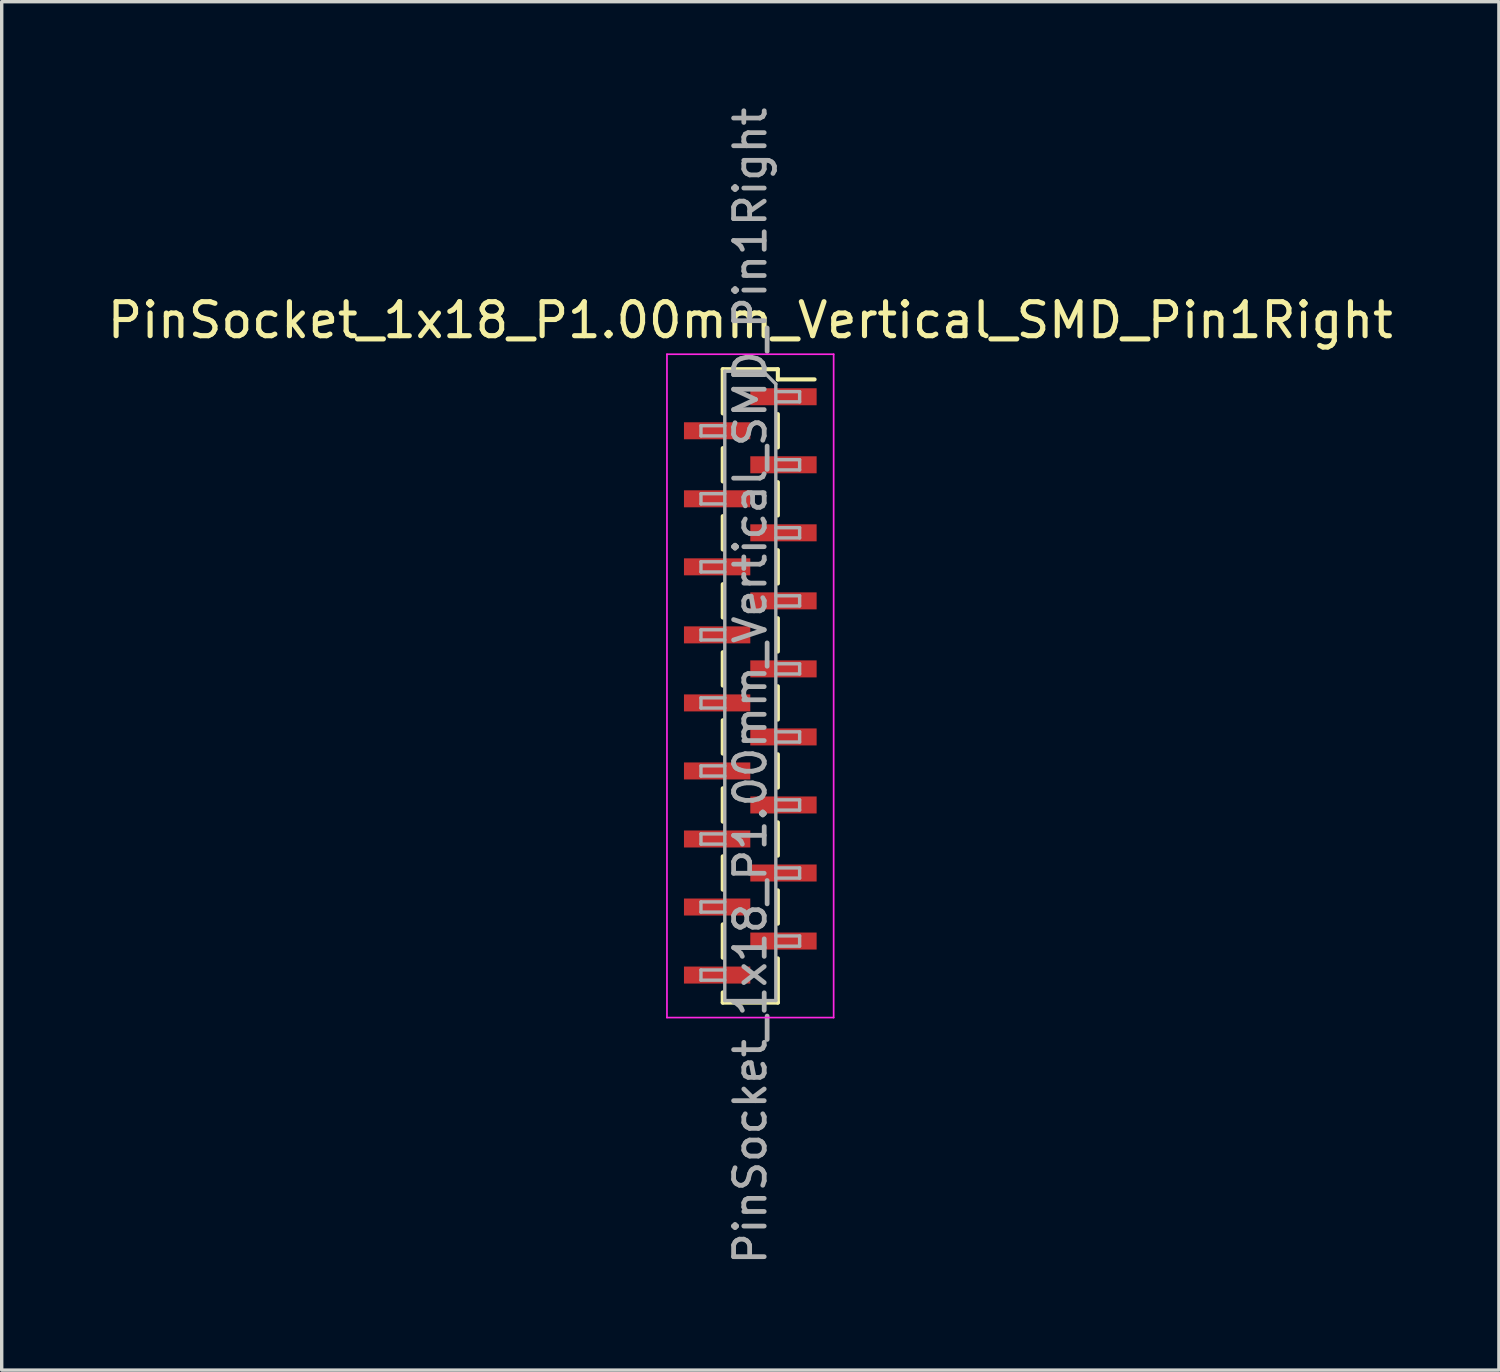
<source format=kicad_pcb>
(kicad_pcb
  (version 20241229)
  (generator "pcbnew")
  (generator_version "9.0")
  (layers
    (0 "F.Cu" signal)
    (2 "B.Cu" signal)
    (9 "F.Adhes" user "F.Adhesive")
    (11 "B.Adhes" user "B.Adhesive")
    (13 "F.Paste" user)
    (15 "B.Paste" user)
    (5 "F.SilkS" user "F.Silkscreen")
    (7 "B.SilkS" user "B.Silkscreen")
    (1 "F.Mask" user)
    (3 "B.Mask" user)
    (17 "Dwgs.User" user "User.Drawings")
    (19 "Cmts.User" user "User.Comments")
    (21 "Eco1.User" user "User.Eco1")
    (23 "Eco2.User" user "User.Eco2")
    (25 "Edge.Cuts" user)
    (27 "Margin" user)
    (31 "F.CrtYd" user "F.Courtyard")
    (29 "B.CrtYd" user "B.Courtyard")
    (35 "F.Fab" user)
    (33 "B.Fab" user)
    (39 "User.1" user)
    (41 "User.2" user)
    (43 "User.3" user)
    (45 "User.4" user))
  (footprint "PinSocket_1x18_P1.00mm_Vertical_SMD_Pin1Right"
    (layer "F.Cu")
    (at 19.006 17.113)
    (property "Reference" "PinSocket_1x18_P1.00mm_Vertical_SMD_Pin1Right" (at 0 -10.75 0) (layer "F.SilkS") (effects (font (size 1 1) (thickness 0.15))))
    (attr smd)
    (fp_line (start -0.81 -9.31) (end -0.81 -8.01) (stroke (width 0.12) (type solid)) (layer "F.SilkS"))
    (fp_line (start -0.81 -9.31) (end 0.81 -9.31) (stroke (width 0.12) (type solid)) (layer "F.SilkS"))
    (fp_line (start -0.81 -6.99) (end -0.81 -6.01) (stroke (width 0.12) (type solid)) (layer "F.SilkS"))
    (fp_line (start -0.81 -4.99) (end -0.81 -4.01) (stroke (width 0.12) (type solid)) (layer "F.SilkS"))
    (fp_line (start -0.81 -2.99) (end -0.81 -2.01) (stroke (width 0.12) (type solid)) (layer "F.SilkS"))
    (fp_line (start -0.81 -0.99) (end -0.81 -0.01) (stroke (width 0.12) (type solid)) (layer "F.SilkS"))
    (fp_line (start -0.81 1.01) (end -0.81 1.99) (stroke (width 0.12) (type solid)) (layer "F.SilkS"))
    (fp_line (start -0.81 3.01) (end -0.81 3.99) (stroke (width 0.12) (type solid)) (layer "F.SilkS"))
    (fp_line (start -0.81 5.01) (end -0.81 5.99) (stroke (width 0.12) (type solid)) (layer "F.SilkS"))
    (fp_line (start -0.81 7.01) (end -0.81 7.99) (stroke (width 0.12) (type solid)) (layer "F.SilkS"))
    (fp_line (start -0.81 9.01) (end -0.81 9.31) (stroke (width 0.12) (type solid)) (layer "F.SilkS"))
    (fp_line (start -0.81 9.31) (end 0.81 9.31) (stroke (width 0.12) (type solid)) (layer "F.SilkS"))
    (fp_line (start 0.81 -9.31) (end 0.81 -9.01) (stroke (width 0.12) (type solid)) (layer "F.SilkS"))
    (fp_line (start 0.81 -9.01) (end 1.89 -9.01) (stroke (width 0.12) (type solid)) (layer "F.SilkS"))
    (fp_line (start 0.81 -7.99) (end 0.81 -7.01) (stroke (width 0.12) (type solid)) (layer "F.SilkS"))
    (fp_line (start 0.81 -5.99) (end 0.81 -5.01) (stroke (width 0.12) (type solid)) (layer "F.SilkS"))
    (fp_line (start 0.81 -3.99) (end 0.81 -3.01) (stroke (width 0.12) (type solid)) (layer "F.SilkS"))
    (fp_line (start 0.81 -1.99) (end 0.81 -1.01) (stroke (width 0.12) (type solid)) (layer "F.SilkS"))
    (fp_line (start 0.81 0.01) (end 0.81 0.99) (stroke (width 0.12) (type solid)) (layer "F.SilkS"))
    (fp_line (start 0.81 2.01) (end 0.81 2.99) (stroke (width 0.12) (type solid)) (layer "F.SilkS"))
    (fp_line (start 0.81 4.01) (end 0.81 4.99) (stroke (width 0.12) (type solid)) (layer "F.SilkS"))
    (fp_line (start 0.81 6.01) (end 0.81 6.99) (stroke (width 0.12) (type solid)) (layer "F.SilkS"))
    (fp_line (start 0.81 8.01) (end 0.81 9.31) (stroke (width 0.12) (type solid)) (layer "F.SilkS"))
    (fp_line (start -2.45 -9.75) (end 2.45 -9.75) (stroke (width 0.05) (type solid)) (layer "F.CrtYd"))
    (fp_line (start -2.45 9.75) (end -2.45 -9.75) (stroke (width 0.05) (type solid)) (layer "F.CrtYd"))
    (fp_line (start 2.45 -9.75) (end 2.45 9.75) (stroke (width 0.05) (type solid)) (layer "F.CrtYd"))
    (fp_line (start 2.45 9.75) (end -2.45 9.75) (stroke (width 0.05) (type solid)) (layer "F.CrtYd"))
    (fp_line (start -1.45 -7.65) (end -0.75 -7.65) (stroke (width 0.1) (type solid)) (layer "F.Fab"))
    (fp_line (start -1.45 -7.35) (end -1.45 -7.65) (stroke (width 0.1) (type solid)) (layer "F.Fab"))
    (fp_line (start -1.45 -5.65) (end -0.75 -5.65) (stroke (width 0.1) (type solid)) (layer "F.Fab"))
    (fp_line (start -1.45 -5.35) (end -1.45 -5.65) (stroke (width 0.1) (type solid)) (layer "F.Fab"))
    (fp_line (start -1.45 -3.65) (end -0.75 -3.65) (stroke (width 0.1) (type solid)) (layer "F.Fab"))
    (fp_line (start -1.45 -3.35) (end -1.45 -3.65) (stroke (width 0.1) (type solid)) (layer "F.Fab"))
    (fp_line (start -1.45 -1.65) (end -0.75 -1.65) (stroke (width 0.1) (type solid)) (layer "F.Fab"))
    (fp_line (start -1.45 -1.35) (end -1.45 -1.65) (stroke (width 0.1) (type solid)) (layer "F.Fab"))
    (fp_line (start -1.45 0.35) (end -0.75 0.35) (stroke (width 0.1) (type solid)) (layer "F.Fab"))
    (fp_line (start -1.45 0.65) (end -1.45 0.35) (stroke (width 0.1) (type solid)) (layer "F.Fab"))
    (fp_line (start -1.45 2.35) (end -0.75 2.35) (stroke (width 0.1) (type solid)) (layer "F.Fab"))
    (fp_line (start -1.45 2.65) (end -1.45 2.35) (stroke (width 0.1) (type solid)) (layer "F.Fab"))
    (fp_line (start -1.45 4.35) (end -0.75 4.35) (stroke (width 0.1) (type solid)) (layer "F.Fab"))
    (fp_line (start -1.45 4.65) (end -1.45 4.35) (stroke (width 0.1) (type solid)) (layer "F.Fab"))
    (fp_line (start -1.45 6.35) (end -0.75 6.35) (stroke (width 0.1) (type solid)) (layer "F.Fab"))
    (fp_line (start -1.45 6.65) (end -1.45 6.35) (stroke (width 0.1) (type solid)) (layer "F.Fab"))
    (fp_line (start -1.45 8.35) (end -0.75 8.35) (stroke (width 0.1) (type solid)) (layer "F.Fab"))
    (fp_line (start -1.45 8.65) (end -1.45 8.35) (stroke (width 0.1) (type solid)) (layer "F.Fab"))
    (fp_line (start -0.75 -9.25) (end 0.375 -9.25) (stroke (width 0.1) (type solid)) (layer "F.Fab"))
    (fp_line (start -0.75 -7.35) (end -1.45 -7.35) (stroke (width 0.1) (type solid)) (layer "F.Fab"))
    (fp_line (start -0.75 -5.35) (end -1.45 -5.35) (stroke (width 0.1) (type solid)) (layer "F.Fab"))
    (fp_line (start -0.75 -3.35) (end -1.45 -3.35) (stroke (width 0.1) (type solid)) (layer "F.Fab"))
    (fp_line (start -0.75 -1.35) (end -1.45 -1.35) (stroke (width 0.1) (type solid)) (layer "F.Fab"))
    (fp_line (start -0.75 0.65) (end -1.45 0.65) (stroke (width 0.1) (type solid)) (layer "F.Fab"))
    (fp_line (start -0.75 2.65) (end -1.45 2.65) (stroke (width 0.1) (type solid)) (layer "F.Fab"))
    (fp_line (start -0.75 4.65) (end -1.45 4.65) (stroke (width 0.1) (type solid)) (layer "F.Fab"))
    (fp_line (start -0.75 6.65) (end -1.45 6.65) (stroke (width 0.1) (type solid)) (layer "F.Fab"))
    (fp_line (start -0.75 8.65) (end -1.45 8.65) (stroke (width 0.1) (type solid)) (layer "F.Fab"))
    (fp_line (start -0.75 9.25) (end -0.75 -9.25) (stroke (width 0.1) (type solid)) (layer "F.Fab"))
    (fp_line (start 0.375 -9.25) (end 0.75 -8.875) (stroke (width 0.1) (type solid)) (layer "F.Fab"))
    (fp_line (start 0.75 -8.875) (end 0.75 9.25) (stroke (width 0.1) (type solid)) (layer "F.Fab"))
    (fp_line (start 0.75 -8.65) (end 1.45 -8.65) (stroke (width 0.1) (type solid)) (layer "F.Fab"))
    (fp_line (start 0.75 -6.65) (end 1.45 -6.65) (stroke (width 0.1) (type solid)) (layer "F.Fab"))
    (fp_line (start 0.75 -4.65) (end 1.45 -4.65) (stroke (width 0.1) (type solid)) (layer "F.Fab"))
    (fp_line (start 0.75 -2.65) (end 1.45 -2.65) (stroke (width 0.1) (type solid)) (layer "F.Fab"))
    (fp_line (start 0.75 -0.65) (end 1.45 -0.65) (stroke (width 0.1) (type solid)) (layer "F.Fab"))
    (fp_line (start 0.75 1.35) (end 1.45 1.35) (stroke (width 0.1) (type solid)) (layer "F.Fab"))
    (fp_line (start 0.75 3.35) (end 1.45 3.35) (stroke (width 0.1) (type solid)) (layer "F.Fab"))
    (fp_line (start 0.75 5.35) (end 1.45 5.35) (stroke (width 0.1) (type solid)) (layer "F.Fab"))
    (fp_line (start 0.75 7.35) (end 1.45 7.35) (stroke (width 0.1) (type solid)) (layer "F.Fab"))
    (fp_line (start 0.75 9.25) (end -0.75 9.25) (stroke (width 0.1) (type solid)) (layer "F.Fab"))
    (fp_line (start 1.45 -8.65) (end 1.45 -8.35) (stroke (width 0.1) (type solid)) (layer "F.Fab"))
    (fp_line (start 1.45 -8.35) (end 0.75 -8.35) (stroke (width 0.1) (type solid)) (layer "F.Fab"))
    (fp_line (start 1.45 -6.65) (end 1.45 -6.35) (stroke (width 0.1) (type solid)) (layer "F.Fab"))
    (fp_line (start 1.45 -6.35) (end 0.75 -6.35) (stroke (width 0.1) (type solid)) (layer "F.Fab"))
    (fp_line (start 1.45 -4.65) (end 1.45 -4.35) (stroke (width 0.1) (type solid)) (layer "F.Fab"))
    (fp_line (start 1.45 -4.35) (end 0.75 -4.35) (stroke (width 0.1) (type solid)) (layer "F.Fab"))
    (fp_line (start 1.45 -2.65) (end 1.45 -2.35) (stroke (width 0.1) (type solid)) (layer "F.Fab"))
    (fp_line (start 1.45 -2.35) (end 0.75 -2.35) (stroke (width 0.1) (type solid)) (layer "F.Fab"))
    (fp_line (start 1.45 -0.65) (end 1.45 -0.35) (stroke (width 0.1) (type solid)) (layer "F.Fab"))
    (fp_line (start 1.45 -0.35) (end 0.75 -0.35) (stroke (width 0.1) (type solid)) (layer "F.Fab"))
    (fp_line (start 1.45 1.35) (end 1.45 1.65) (stroke (width 0.1) (type solid)) (layer "F.Fab"))
    (fp_line (start 1.45 1.65) (end 0.75 1.65) (stroke (width 0.1) (type solid)) (layer "F.Fab"))
    (fp_line (start 1.45 3.35) (end 1.45 3.65) (stroke (width 0.1) (type solid)) (layer "F.Fab"))
    (fp_line (start 1.45 3.65) (end 0.75 3.65) (stroke (width 0.1) (type solid)) (layer "F.Fab"))
    (fp_line (start 1.45 5.35) (end 1.45 5.65) (stroke (width 0.1) (type solid)) (layer "F.Fab"))
    (fp_line (start 1.45 5.65) (end 0.75 5.65) (stroke (width 0.1) (type solid)) (layer "F.Fab"))
    (fp_line (start 1.45 7.35) (end 1.45 7.65) (stroke (width 0.1) (type solid)) (layer "F.Fab"))
    (fp_line (start 1.45 7.65) (end 0.75 7.65) (stroke (width 0.1) (type solid)) (layer "F.Fab"))
    (fp_text user "${REFERENCE}" (at 0 0 90) (layer "F.Fab") (effects (font (size 0.9 0.9) (thickness 0.14))))
    (pad "1" smd rect (at 0.975 -8.5) (size 1.95 0.5) (layers "F.Cu" "F.Mask" "F.Paste"))
    (pad "2" smd rect (at -0.975 -7.5) (size 1.95 0.5) (layers "F.Cu" "F.Mask" "F.Paste"))
    (pad "3" smd rect (at 0.975 -6.5) (size 1.95 0.5) (layers "F.Cu" "F.Mask" "F.Paste"))
    (pad "4" smd rect (at -0.975 -5.5) (size 1.95 0.5) (layers "F.Cu" "F.Mask" "F.Paste"))
    (pad "5" smd rect (at 0.975 -4.5) (size 1.95 0.5) (layers "F.Cu" "F.Mask" "F.Paste"))
    (pad "6" smd rect (at -0.975 -3.5) (size 1.95 0.5) (layers "F.Cu" "F.Mask" "F.Paste"))
    (pad "7" smd rect (at 0.975 -2.5) (size 1.95 0.5) (layers "F.Cu" "F.Mask" "F.Paste"))
    (pad "8" smd rect (at -0.975 -1.5) (size 1.95 0.5) (layers "F.Cu" "F.Mask" "F.Paste"))
    (pad "9" smd rect (at 0.975 -0.5) (size 1.95 0.5) (layers "F.Cu" "F.Mask" "F.Paste"))
    (pad "10" smd rect (at -0.975 0.5) (size 1.95 0.5) (layers "F.Cu" "F.Mask" "F.Paste"))
    (pad "11" smd rect (at 0.975 1.5) (size 1.95 0.5) (layers "F.Cu" "F.Mask" "F.Paste"))
    (pad "12" smd rect (at -0.975 2.5) (size 1.95 0.5) (layers "F.Cu" "F.Mask" "F.Paste"))
    (pad "13" smd rect (at 0.975 3.5) (size 1.95 0.5) (layers "F.Cu" "F.Mask" "F.Paste"))
    (pad "14" smd rect (at -0.975 4.5) (size 1.95 0.5) (layers "F.Cu" "F.Mask" "F.Paste"))
    (pad "15" smd rect (at 0.975 5.5) (size 1.95 0.5) (layers "F.Cu" "F.Mask" "F.Paste"))
    (pad "16" smd rect (at -0.975 6.5) (size 1.95 0.5) (layers "F.Cu" "F.Mask" "F.Paste"))
    (pad "17" smd rect (at 0.975 7.5) (size 1.95 0.5) (layers "F.Cu" "F.Mask" "F.Paste"))
    (pad "18" smd rect (at -0.975 8.5) (size 1.95 0.5) (layers "F.Cu" "F.Mask" "F.Paste")))
  (gr_rect
    (start -3 -3)
    (end 41.012 37.226)
    (stroke (width 0.1) (type default))
    (fill no)
    (layer "Edge.Cuts")))
</source>
